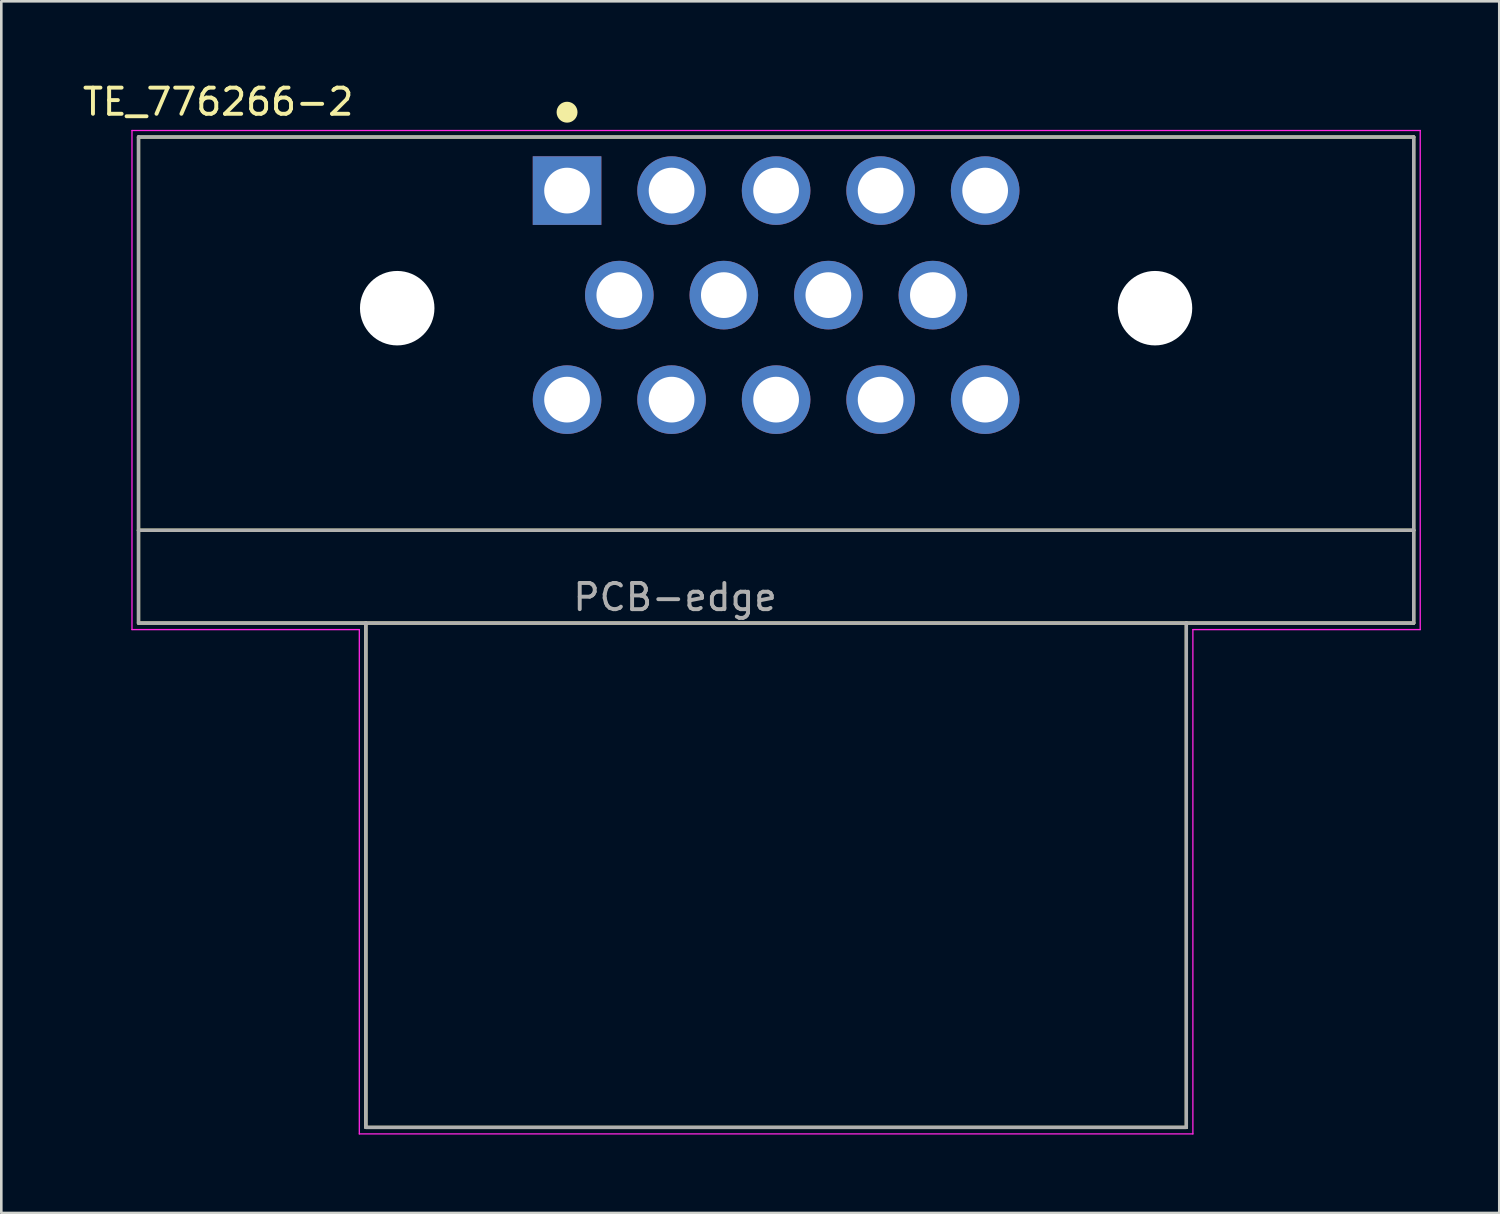
<source format=kicad_pcb>
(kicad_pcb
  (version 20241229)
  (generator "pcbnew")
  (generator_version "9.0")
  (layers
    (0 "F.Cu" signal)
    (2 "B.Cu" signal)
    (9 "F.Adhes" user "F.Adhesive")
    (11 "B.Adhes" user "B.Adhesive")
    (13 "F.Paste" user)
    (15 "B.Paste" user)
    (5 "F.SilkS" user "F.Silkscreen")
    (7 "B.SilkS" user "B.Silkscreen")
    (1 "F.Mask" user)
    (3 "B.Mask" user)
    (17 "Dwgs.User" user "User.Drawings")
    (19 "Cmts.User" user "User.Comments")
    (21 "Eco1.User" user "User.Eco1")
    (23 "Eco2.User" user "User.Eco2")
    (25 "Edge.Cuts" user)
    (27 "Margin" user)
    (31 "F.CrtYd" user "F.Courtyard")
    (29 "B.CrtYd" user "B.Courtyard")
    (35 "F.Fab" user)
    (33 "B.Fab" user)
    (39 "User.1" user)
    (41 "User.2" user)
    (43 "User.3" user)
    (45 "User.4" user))
  (footprint "TE_776266-2"
    (layer "F.Cu")
    (at 26.651 8.244)
    (property "Reference" "TE_776266-2" (at -21.353 -7.395 0) (layer "F.SilkS") (effects (font (size 1.001 1.001) (thickness 0.15))))
    (attr through_hole)
    (fp_line (start -24.4 -6.05) (end -24.4 9) (stroke (width 0.127) (type solid)) (layer "F.SilkS"))
    (fp_line (start -24.4 -6.05) (end 24.4 -6.05) (stroke (width 0.127) (type solid)) (layer "F.SilkS"))
    (fp_line (start -24.4 9) (end 24.4 9) (stroke (width 0.127) (type solid)) (layer "F.SilkS"))
    (fp_line (start -24.4 12.55) (end -24.4 9) (stroke (width 0.127) (type solid)) (layer "F.SilkS"))
    (fp_line (start -24.4 12.55) (end -15.7 12.55) (stroke (width 0.127) (type solid)) (layer "F.SilkS"))
    (fp_line (start -15.7 12.55) (end -15.7 31.85) (stroke (width 0.127) (type solid)) (layer "F.SilkS"))
    (fp_line (start -15.7 12.55) (end 15.7 12.55) (stroke (width 0.127) (type solid)) (layer "F.SilkS"))
    (fp_line (start -15.7 31.85) (end 15.7 31.85) (stroke (width 0.127) (type solid)) (layer "F.SilkS"))
    (fp_line (start 15.7 12.55) (end 24.4 12.55) (stroke (width 0.127) (type solid)) (layer "F.SilkS"))
    (fp_line (start 15.7 31.85) (end 15.7 12.55) (stroke (width 0.127) (type solid)) (layer "F.SilkS"))
    (fp_line (start 24.4 9) (end 24.4 -6.05) (stroke (width 0.127) (type solid)) (layer "F.SilkS"))
    (fp_line (start 24.4 9) (end 24.4 12.55) (stroke (width 0.127) (type solid)) (layer "F.SilkS"))
    (fp_circle (center -8 -7) (end -7.8 -7) (stroke (width 0.4) (type solid)) (fill no) (layer "F.SilkS"))
    (fp_line (start -24.65 -6.3) (end 24.65 -6.3) (stroke (width 0.05) (type solid)) (layer "F.CrtYd"))
    (fp_line (start -24.65 12.8) (end -24.65 -6.3) (stroke (width 0.05) (type solid)) (layer "F.CrtYd"))
    (fp_line (start -15.95 12.8) (end -24.65 12.8) (stroke (width 0.05) (type solid)) (layer "F.CrtYd"))
    (fp_line (start -15.95 32.1) (end -15.95 12.8) (stroke (width 0.05) (type solid)) (layer "F.CrtYd"))
    (fp_line (start 15.95 12.8) (end 15.95 32.1) (stroke (width 0.05) (type solid)) (layer "F.CrtYd"))
    (fp_line (start 15.95 32.1) (end -15.95 32.1) (stroke (width 0.05) (type solid)) (layer "F.CrtYd"))
    (fp_line (start 24.65 -6.3) (end 24.65 12.8) (stroke (width 0.05) (type solid)) (layer "F.CrtYd"))
    (fp_line (start 24.65 12.8) (end 15.95 12.8) (stroke (width 0.05) (type solid)) (layer "F.CrtYd"))
    (fp_line (start -24.4 -6.05) (end -24.4 9) (stroke (width 0.127) (type solid)) (layer "F.Fab"))
    (fp_line (start -24.4 9) (end 24.4 9) (stroke (width 0.127) (type solid)) (layer "F.Fab"))
    (fp_line (start -24.4 12.55) (end -24.4 9) (stroke (width 0.127) (type solid)) (layer "F.Fab"))
    (fp_line (start -24.4 12.55) (end -15.7 12.55) (stroke (width 0.127) (type solid)) (layer "F.Fab"))
    (fp_line (start -15.7 12.55) (end -15.7 31.85) (stroke (width 0.127) (type solid)) (layer "F.Fab"))
    (fp_line (start -15.7 12.55) (end 15.7 12.55) (stroke (width 0.127) (type solid)) (layer "F.Fab"))
    (fp_line (start -15.7 31.85) (end 15.7 31.85) (stroke (width 0.127) (type solid)) (layer "F.Fab"))
    (fp_line (start 15.7 12.55) (end 24.4 12.55) (stroke (width 0.127) (type solid)) (layer "F.Fab"))
    (fp_line (start 15.7 31.85) (end 15.7 12.55) (stroke (width 0.127) (type solid)) (layer "F.Fab"))
    (fp_line (start 24.4 -6.05) (end -24.4 -6.05) (stroke (width 0.127) (type solid)) (layer "F.Fab"))
    (fp_line (start 24.4 9) (end 24.4 -6.05) (stroke (width 0.127) (type solid)) (layer "F.Fab"))
    (fp_line (start 24.4 9) (end 24.4 12.55) (stroke (width 0.127) (type solid)) (layer "F.Fab"))
    (fp_circle (center -8 -4) (end -7.8 -4) (stroke (width 0.4) (type solid)) (fill no) (layer "F.Fab"))
    (fp_text user "PCB-edge" (at -3.865 11.562 0) (layer "F.Fab") (effects (font (size 1.002 1.002) (thickness 0.15))))
    (pad "" np_thru_hole circle (at -14.5 0.5) (size 2.85 2.85) (drill 2.85) (layers "*.Cu" "*.Mask"))
    (pad "" np_thru_hole circle (at 14.5 0.5) (size 2.85 2.85) (drill 2.85) (layers "*.Cu" "*.Mask"))
    (pad "1" thru_hole rect (at -8 -4) (size 2.625 2.625) (drill 1.75) (layers "*.Cu" "*.Mask"))
    (pad "2" thru_hole circle (at -4 -4) (size 2.625 2.625) (drill 1.75) (layers "*.Cu" "*.Mask"))
    (pad "3" thru_hole circle (at 0 -4) (size 2.625 2.625) (drill 1.75) (layers "*.Cu" "*.Mask"))
    (pad "4" thru_hole circle (at 4 -4) (size 2.625 2.625) (drill 1.75) (layers "*.Cu" "*.Mask"))
    (pad "5" thru_hole circle (at 8 -4) (size 2.625 2.625) (drill 1.75) (layers "*.Cu" "*.Mask"))
    (pad "6" thru_hole circle (at -6 0) (size 2.625 2.625) (drill 1.75) (layers "*.Cu" "*.Mask"))
    (pad "7" thru_hole circle (at -2 0) (size 2.625 2.625) (drill 1.75) (layers "*.Cu" "*.Mask"))
    (pad "8" thru_hole circle (at 2 0) (size 2.625 2.625) (drill 1.75) (layers "*.Cu" "*.Mask"))
    (pad "9" thru_hole circle (at 6 0) (size 2.625 2.625) (drill 1.75) (layers "*.Cu" "*.Mask"))
    (pad "10" thru_hole circle (at -8 4) (size 2.625 2.625) (drill 1.75) (layers "*.Cu" "*.Mask"))
    (pad "11" thru_hole circle (at -4 4) (size 2.625 2.625) (drill 1.75) (layers "*.Cu" "*.Mask"))
    (pad "12" thru_hole circle (at 0 4) (size 2.625 2.625) (drill 1.75) (layers "*.Cu" "*.Mask"))
    (pad "13" thru_hole circle (at 4 4) (size 2.625 2.625) (drill 1.75) (layers "*.Cu" "*.Mask"))
    (pad "14" thru_hole circle (at 8 4) (size 2.625 2.625) (drill 1.75) (layers "*.Cu" "*.Mask")))
  (gr_rect
    (start -3 -3)
    (end 54.326 43.369)
    (stroke (width 0.1) (type default))
    (fill no)
    (layer "Edge.Cuts")))
</source>
